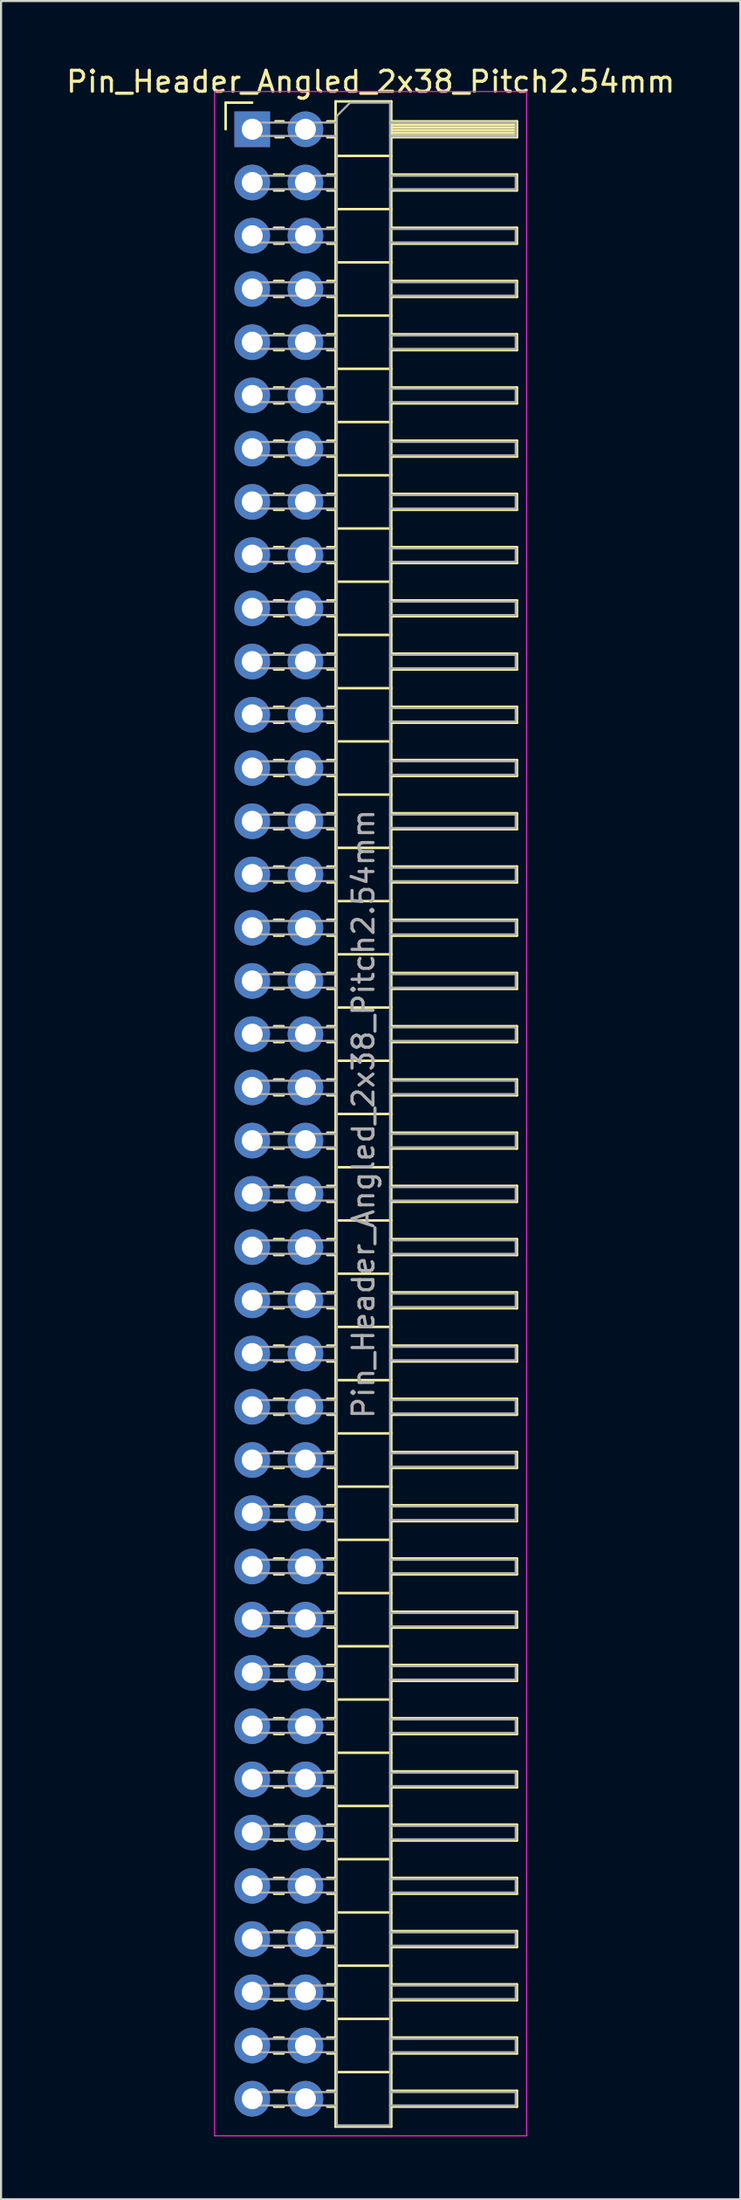
<source format=kicad_pcb>
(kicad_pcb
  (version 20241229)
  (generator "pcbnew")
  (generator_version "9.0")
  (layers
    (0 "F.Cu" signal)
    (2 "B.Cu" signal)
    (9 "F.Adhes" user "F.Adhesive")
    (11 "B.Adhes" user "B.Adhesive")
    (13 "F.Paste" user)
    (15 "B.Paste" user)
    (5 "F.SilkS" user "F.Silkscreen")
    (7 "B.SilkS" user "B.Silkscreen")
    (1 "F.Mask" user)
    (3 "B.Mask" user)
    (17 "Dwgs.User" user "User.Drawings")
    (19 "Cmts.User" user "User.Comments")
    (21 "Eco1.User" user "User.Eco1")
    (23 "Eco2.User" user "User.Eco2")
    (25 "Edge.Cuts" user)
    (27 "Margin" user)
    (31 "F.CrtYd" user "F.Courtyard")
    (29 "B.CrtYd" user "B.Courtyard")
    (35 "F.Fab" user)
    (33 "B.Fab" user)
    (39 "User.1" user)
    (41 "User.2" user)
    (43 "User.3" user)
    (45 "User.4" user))
  (footprint "Pin_Header_Angled_2x38_Pitch2.54mm"
    (layer "F.Cu")
    (at 8.994 3.118)
    (property "Reference" "Pin_Header_Angled_2x38_Pitch2.54mm" (at 5.655 -2.27 0) (layer "F.SilkS") (effects (font (size 1 1) (thickness 0.15))))
    (attr through_hole)
    (fp_line (start -1.27 -1.27) (end 0 -1.27) (stroke (width 0.12) (type solid)) (layer "F.SilkS"))
    (fp_line (start -1.27 0) (end -1.27 -1.27) (stroke (width 0.12) (type solid)) (layer "F.SilkS"))
    (fp_line (start 1.043 2.16) (end 1.497 2.16) (stroke (width 0.12) (type solid)) (layer "F.SilkS"))
    (fp_line (start 1.043 2.92) (end 1.497 2.92) (stroke (width 0.12) (type solid)) (layer "F.SilkS"))
    (fp_line (start 1.043 4.7) (end 1.497 4.7) (stroke (width 0.12) (type solid)) (layer "F.SilkS"))
    (fp_line (start 1.043 5.46) (end 1.497 5.46) (stroke (width 0.12) (type solid)) (layer "F.SilkS"))
    (fp_line (start 1.043 7.24) (end 1.497 7.24) (stroke (width 0.12) (type solid)) (layer "F.SilkS"))
    (fp_line (start 1.043 8) (end 1.497 8) (stroke (width 0.12) (type solid)) (layer "F.SilkS"))
    (fp_line (start 1.043 9.78) (end 1.497 9.78) (stroke (width 0.12) (type solid)) (layer "F.SilkS"))
    (fp_line (start 1.043 10.54) (end 1.497 10.54) (stroke (width 0.12) (type solid)) (layer "F.SilkS"))
    (fp_line (start 1.043 12.32) (end 1.497 12.32) (stroke (width 0.12) (type solid)) (layer "F.SilkS"))
    (fp_line (start 1.043 13.08) (end 1.497 13.08) (stroke (width 0.12) (type solid)) (layer "F.SilkS"))
    (fp_line (start 1.043 14.86) (end 1.497 14.86) (stroke (width 0.12) (type solid)) (layer "F.SilkS"))
    (fp_line (start 1.043 15.62) (end 1.497 15.62) (stroke (width 0.12) (type solid)) (layer "F.SilkS"))
    (fp_line (start 1.043 17.4) (end 1.497 17.4) (stroke (width 0.12) (type solid)) (layer "F.SilkS"))
    (fp_line (start 1.043 18.16) (end 1.497 18.16) (stroke (width 0.12) (type solid)) (layer "F.SilkS"))
    (fp_line (start 1.043 19.94) (end 1.497 19.94) (stroke (width 0.12) (type solid)) (layer "F.SilkS"))
    (fp_line (start 1.043 20.7) (end 1.497 20.7) (stroke (width 0.12) (type solid)) (layer "F.SilkS"))
    (fp_line (start 1.043 22.48) (end 1.497 22.48) (stroke (width 0.12) (type solid)) (layer "F.SilkS"))
    (fp_line (start 1.043 23.24) (end 1.497 23.24) (stroke (width 0.12) (type solid)) (layer "F.SilkS"))
    (fp_line (start 1.043 25.02) (end 1.497 25.02) (stroke (width 0.12) (type solid)) (layer "F.SilkS"))
    (fp_line (start 1.043 25.78) (end 1.497 25.78) (stroke (width 0.12) (type solid)) (layer "F.SilkS"))
    (fp_line (start 1.043 27.56) (end 1.497 27.56) (stroke (width 0.12) (type solid)) (layer "F.SilkS"))
    (fp_line (start 1.043 28.32) (end 1.497 28.32) (stroke (width 0.12) (type solid)) (layer "F.SilkS"))
    (fp_line (start 1.043 30.1) (end 1.497 30.1) (stroke (width 0.12) (type solid)) (layer "F.SilkS"))
    (fp_line (start 1.043 30.86) (end 1.497 30.86) (stroke (width 0.12) (type solid)) (layer "F.SilkS"))
    (fp_line (start 1.043 32.64) (end 1.497 32.64) (stroke (width 0.12) (type solid)) (layer "F.SilkS"))
    (fp_line (start 1.043 33.4) (end 1.497 33.4) (stroke (width 0.12) (type solid)) (layer "F.SilkS"))
    (fp_line (start 1.043 35.18) (end 1.497 35.18) (stroke (width 0.12) (type solid)) (layer "F.SilkS"))
    (fp_line (start 1.043 35.94) (end 1.497 35.94) (stroke (width 0.12) (type solid)) (layer "F.SilkS"))
    (fp_line (start 1.043 37.72) (end 1.497 37.72) (stroke (width 0.12) (type solid)) (layer "F.SilkS"))
    (fp_line (start 1.043 38.48) (end 1.497 38.48) (stroke (width 0.12) (type solid)) (layer "F.SilkS"))
    (fp_line (start 1.043 40.26) (end 1.497 40.26) (stroke (width 0.12) (type solid)) (layer "F.SilkS"))
    (fp_line (start 1.043 41.02) (end 1.497 41.02) (stroke (width 0.12) (type solid)) (layer "F.SilkS"))
    (fp_line (start 1.043 42.8) (end 1.497 42.8) (stroke (width 0.12) (type solid)) (layer "F.SilkS"))
    (fp_line (start 1.043 43.56) (end 1.497 43.56) (stroke (width 0.12) (type solid)) (layer "F.SilkS"))
    (fp_line (start 1.043 45.34) (end 1.497 45.34) (stroke (width 0.12) (type solid)) (layer "F.SilkS"))
    (fp_line (start 1.043 46.1) (end 1.497 46.1) (stroke (width 0.12) (type solid)) (layer "F.SilkS"))
    (fp_line (start 1.043 47.88) (end 1.497 47.88) (stroke (width 0.12) (type solid)) (layer "F.SilkS"))
    (fp_line (start 1.043 48.64) (end 1.497 48.64) (stroke (width 0.12) (type solid)) (layer "F.SilkS"))
    (fp_line (start 1.043 50.42) (end 1.497 50.42) (stroke (width 0.12) (type solid)) (layer "F.SilkS"))
    (fp_line (start 1.043 51.18) (end 1.497 51.18) (stroke (width 0.12) (type solid)) (layer "F.SilkS"))
    (fp_line (start 1.043 52.96) (end 1.497 52.96) (stroke (width 0.12) (type solid)) (layer "F.SilkS"))
    (fp_line (start 1.043 53.72) (end 1.497 53.72) (stroke (width 0.12) (type solid)) (layer "F.SilkS"))
    (fp_line (start 1.043 55.5) (end 1.497 55.5) (stroke (width 0.12) (type solid)) (layer "F.SilkS"))
    (fp_line (start 1.043 56.26) (end 1.497 56.26) (stroke (width 0.12) (type solid)) (layer "F.SilkS"))
    (fp_line (start 1.043 58.04) (end 1.497 58.04) (stroke (width 0.12) (type solid)) (layer "F.SilkS"))
    (fp_line (start 1.043 58.8) (end 1.497 58.8) (stroke (width 0.12) (type solid)) (layer "F.SilkS"))
    (fp_line (start 1.043 60.58) (end 1.497 60.58) (stroke (width 0.12) (type solid)) (layer "F.SilkS"))
    (fp_line (start 1.043 61.34) (end 1.497 61.34) (stroke (width 0.12) (type solid)) (layer "F.SilkS"))
    (fp_line (start 1.043 63.12) (end 1.497 63.12) (stroke (width 0.12) (type solid)) (layer "F.SilkS"))
    (fp_line (start 1.043 63.88) (end 1.497 63.88) (stroke (width 0.12) (type solid)) (layer "F.SilkS"))
    (fp_line (start 1.043 65.66) (end 1.497 65.66) (stroke (width 0.12) (type solid)) (layer "F.SilkS"))
    (fp_line (start 1.043 66.42) (end 1.497 66.42) (stroke (width 0.12) (type solid)) (layer "F.SilkS"))
    (fp_line (start 1.043 68.2) (end 1.497 68.2) (stroke (width 0.12) (type solid)) (layer "F.SilkS"))
    (fp_line (start 1.043 68.96) (end 1.497 68.96) (stroke (width 0.12) (type solid)) (layer "F.SilkS"))
    (fp_line (start 1.043 70.74) (end 1.497 70.74) (stroke (width 0.12) (type solid)) (layer "F.SilkS"))
    (fp_line (start 1.043 71.5) (end 1.497 71.5) (stroke (width 0.12) (type solid)) (layer "F.SilkS"))
    (fp_line (start 1.043 73.28) (end 1.497 73.28) (stroke (width 0.12) (type solid)) (layer "F.SilkS"))
    (fp_line (start 1.043 74.04) (end 1.497 74.04) (stroke (width 0.12) (type solid)) (layer "F.SilkS"))
    (fp_line (start 1.043 75.82) (end 1.497 75.82) (stroke (width 0.12) (type solid)) (layer "F.SilkS"))
    (fp_line (start 1.043 76.58) (end 1.497 76.58) (stroke (width 0.12) (type solid)) (layer "F.SilkS"))
    (fp_line (start 1.043 78.36) (end 1.497 78.36) (stroke (width 0.12) (type solid)) (layer "F.SilkS"))
    (fp_line (start 1.043 79.12) (end 1.497 79.12) (stroke (width 0.12) (type solid)) (layer "F.SilkS"))
    (fp_line (start 1.043 80.9) (end 1.497 80.9) (stroke (width 0.12) (type solid)) (layer "F.SilkS"))
    (fp_line (start 1.043 81.66) (end 1.497 81.66) (stroke (width 0.12) (type solid)) (layer "F.SilkS"))
    (fp_line (start 1.043 83.44) (end 1.497 83.44) (stroke (width 0.12) (type solid)) (layer "F.SilkS"))
    (fp_line (start 1.043 84.2) (end 1.497 84.2) (stroke (width 0.12) (type solid)) (layer "F.SilkS"))
    (fp_line (start 1.043 85.98) (end 1.497 85.98) (stroke (width 0.12) (type solid)) (layer "F.SilkS"))
    (fp_line (start 1.043 86.74) (end 1.497 86.74) (stroke (width 0.12) (type solid)) (layer "F.SilkS"))
    (fp_line (start 1.043 88.52) (end 1.497 88.52) (stroke (width 0.12) (type solid)) (layer "F.SilkS"))
    (fp_line (start 1.043 89.28) (end 1.497 89.28) (stroke (width 0.12) (type solid)) (layer "F.SilkS"))
    (fp_line (start 1.043 91.06) (end 1.497 91.06) (stroke (width 0.12) (type solid)) (layer "F.SilkS"))
    (fp_line (start 1.043 91.82) (end 1.497 91.82) (stroke (width 0.12) (type solid)) (layer "F.SilkS"))
    (fp_line (start 1.043 93.6) (end 1.497 93.6) (stroke (width 0.12) (type solid)) (layer "F.SilkS"))
    (fp_line (start 1.043 94.36) (end 1.497 94.36) (stroke (width 0.12) (type solid)) (layer "F.SilkS"))
    (fp_line (start 1.11 -0.38) (end 1.497 -0.38) (stroke (width 0.12) (type solid)) (layer "F.SilkS"))
    (fp_line (start 1.11 0.38) (end 1.497 0.38) (stroke (width 0.12) (type solid)) (layer "F.SilkS"))
    (fp_line (start 3.583 -0.38) (end 3.98 -0.38) (stroke (width 0.12) (type solid)) (layer "F.SilkS"))
    (fp_line (start 3.583 0.38) (end 3.98 0.38) (stroke (width 0.12) (type solid)) (layer "F.SilkS"))
    (fp_line (start 3.583 2.16) (end 3.98 2.16) (stroke (width 0.12) (type solid)) (layer "F.SilkS"))
    (fp_line (start 3.583 2.92) (end 3.98 2.92) (stroke (width 0.12) (type solid)) (layer "F.SilkS"))
    (fp_line (start 3.583 4.7) (end 3.98 4.7) (stroke (width 0.12) (type solid)) (layer "F.SilkS"))
    (fp_line (start 3.583 5.46) (end 3.98 5.46) (stroke (width 0.12) (type solid)) (layer "F.SilkS"))
    (fp_line (start 3.583 7.24) (end 3.98 7.24) (stroke (width 0.12) (type solid)) (layer "F.SilkS"))
    (fp_line (start 3.583 8) (end 3.98 8) (stroke (width 0.12) (type solid)) (layer "F.SilkS"))
    (fp_line (start 3.583 9.78) (end 3.98 9.78) (stroke (width 0.12) (type solid)) (layer "F.SilkS"))
    (fp_line (start 3.583 10.54) (end 3.98 10.54) (stroke (width 0.12) (type solid)) (layer "F.SilkS"))
    (fp_line (start 3.583 12.32) (end 3.98 12.32) (stroke (width 0.12) (type solid)) (layer "F.SilkS"))
    (fp_line (start 3.583 13.08) (end 3.98 13.08) (stroke (width 0.12) (type solid)) (layer "F.SilkS"))
    (fp_line (start 3.583 14.86) (end 3.98 14.86) (stroke (width 0.12) (type solid)) (layer "F.SilkS"))
    (fp_line (start 3.583 15.62) (end 3.98 15.62) (stroke (width 0.12) (type solid)) (layer "F.SilkS"))
    (fp_line (start 3.583 17.4) (end 3.98 17.4) (stroke (width 0.12) (type solid)) (layer "F.SilkS"))
    (fp_line (start 3.583 18.16) (end 3.98 18.16) (stroke (width 0.12) (type solid)) (layer "F.SilkS"))
    (fp_line (start 3.583 19.94) (end 3.98 19.94) (stroke (width 0.12) (type solid)) (layer "F.SilkS"))
    (fp_line (start 3.583 20.7) (end 3.98 20.7) (stroke (width 0.12) (type solid)) (layer "F.SilkS"))
    (fp_line (start 3.583 22.48) (end 3.98 22.48) (stroke (width 0.12) (type solid)) (layer "F.SilkS"))
    (fp_line (start 3.583 23.24) (end 3.98 23.24) (stroke (width 0.12) (type solid)) (layer "F.SilkS"))
    (fp_line (start 3.583 25.02) (end 3.98 25.02) (stroke (width 0.12) (type solid)) (layer "F.SilkS"))
    (fp_line (start 3.583 25.78) (end 3.98 25.78) (stroke (width 0.12) (type solid)) (layer "F.SilkS"))
    (fp_line (start 3.583 27.56) (end 3.98 27.56) (stroke (width 0.12) (type solid)) (layer "F.SilkS"))
    (fp_line (start 3.583 28.32) (end 3.98 28.32) (stroke (width 0.12) (type solid)) (layer "F.SilkS"))
    (fp_line (start 3.583 30.1) (end 3.98 30.1) (stroke (width 0.12) (type solid)) (layer "F.SilkS"))
    (fp_line (start 3.583 30.86) (end 3.98 30.86) (stroke (width 0.12) (type solid)) (layer "F.SilkS"))
    (fp_line (start 3.583 32.64) (end 3.98 32.64) (stroke (width 0.12) (type solid)) (layer "F.SilkS"))
    (fp_line (start 3.583 33.4) (end 3.98 33.4) (stroke (width 0.12) (type solid)) (layer "F.SilkS"))
    (fp_line (start 3.583 35.18) (end 3.98 35.18) (stroke (width 0.12) (type solid)) (layer "F.SilkS"))
    (fp_line (start 3.583 35.94) (end 3.98 35.94) (stroke (width 0.12) (type solid)) (layer "F.SilkS"))
    (fp_line (start 3.583 37.72) (end 3.98 37.72) (stroke (width 0.12) (type solid)) (layer "F.SilkS"))
    (fp_line (start 3.583 38.48) (end 3.98 38.48) (stroke (width 0.12) (type solid)) (layer "F.SilkS"))
    (fp_line (start 3.583 40.26) (end 3.98 40.26) (stroke (width 0.12) (type solid)) (layer "F.SilkS"))
    (fp_line (start 3.583 41.02) (end 3.98 41.02) (stroke (width 0.12) (type solid)) (layer "F.SilkS"))
    (fp_line (start 3.583 42.8) (end 3.98 42.8) (stroke (width 0.12) (type solid)) (layer "F.SilkS"))
    (fp_line (start 3.583 43.56) (end 3.98 43.56) (stroke (width 0.12) (type solid)) (layer "F.SilkS"))
    (fp_line (start 3.583 45.34) (end 3.98 45.34) (stroke (width 0.12) (type solid)) (layer "F.SilkS"))
    (fp_line (start 3.583 46.1) (end 3.98 46.1) (stroke (width 0.12) (type solid)) (layer "F.SilkS"))
    (fp_line (start 3.583 47.88) (end 3.98 47.88) (stroke (width 0.12) (type solid)) (layer "F.SilkS"))
    (fp_line (start 3.583 48.64) (end 3.98 48.64) (stroke (width 0.12) (type solid)) (layer "F.SilkS"))
    (fp_line (start 3.583 50.42) (end 3.98 50.42) (stroke (width 0.12) (type solid)) (layer "F.SilkS"))
    (fp_line (start 3.583 51.18) (end 3.98 51.18) (stroke (width 0.12) (type solid)) (layer "F.SilkS"))
    (fp_line (start 3.583 52.96) (end 3.98 52.96) (stroke (width 0.12) (type solid)) (layer "F.SilkS"))
    (fp_line (start 3.583 53.72) (end 3.98 53.72) (stroke (width 0.12) (type solid)) (layer "F.SilkS"))
    (fp_line (start 3.583 55.5) (end 3.98 55.5) (stroke (width 0.12) (type solid)) (layer "F.SilkS"))
    (fp_line (start 3.583 56.26) (end 3.98 56.26) (stroke (width 0.12) (type solid)) (layer "F.SilkS"))
    (fp_line (start 3.583 58.04) (end 3.98 58.04) (stroke (width 0.12) (type solid)) (layer "F.SilkS"))
    (fp_line (start 3.583 58.8) (end 3.98 58.8) (stroke (width 0.12) (type solid)) (layer "F.SilkS"))
    (fp_line (start 3.583 60.58) (end 3.98 60.58) (stroke (width 0.12) (type solid)) (layer "F.SilkS"))
    (fp_line (start 3.583 61.34) (end 3.98 61.34) (stroke (width 0.12) (type solid)) (layer "F.SilkS"))
    (fp_line (start 3.583 63.12) (end 3.98 63.12) (stroke (width 0.12) (type solid)) (layer "F.SilkS"))
    (fp_line (start 3.583 63.88) (end 3.98 63.88) (stroke (width 0.12) (type solid)) (layer "F.SilkS"))
    (fp_line (start 3.583 65.66) (end 3.98 65.66) (stroke (width 0.12) (type solid)) (layer "F.SilkS"))
    (fp_line (start 3.583 66.42) (end 3.98 66.42) (stroke (width 0.12) (type solid)) (layer "F.SilkS"))
    (fp_line (start 3.583 68.2) (end 3.98 68.2) (stroke (width 0.12) (type solid)) (layer "F.SilkS"))
    (fp_line (start 3.583 68.96) (end 3.98 68.96) (stroke (width 0.12) (type solid)) (layer "F.SilkS"))
    (fp_line (start 3.583 70.74) (end 3.98 70.74) (stroke (width 0.12) (type solid)) (layer "F.SilkS"))
    (fp_line (start 3.583 71.5) (end 3.98 71.5) (stroke (width 0.12) (type solid)) (layer "F.SilkS"))
    (fp_line (start 3.583 73.28) (end 3.98 73.28) (stroke (width 0.12) (type solid)) (layer "F.SilkS"))
    (fp_line (start 3.583 74.04) (end 3.98 74.04) (stroke (width 0.12) (type solid)) (layer "F.SilkS"))
    (fp_line (start 3.583 75.82) (end 3.98 75.82) (stroke (width 0.12) (type solid)) (layer "F.SilkS"))
    (fp_line (start 3.583 76.58) (end 3.98 76.58) (stroke (width 0.12) (type solid)) (layer "F.SilkS"))
    (fp_line (start 3.583 78.36) (end 3.98 78.36) (stroke (width 0.12) (type solid)) (layer "F.SilkS"))
    (fp_line (start 3.583 79.12) (end 3.98 79.12) (stroke (width 0.12) (type solid)) (layer "F.SilkS"))
    (fp_line (start 3.583 80.9) (end 3.98 80.9) (stroke (width 0.12) (type solid)) (layer "F.SilkS"))
    (fp_line (start 3.583 81.66) (end 3.98 81.66) (stroke (width 0.12) (type solid)) (layer "F.SilkS"))
    (fp_line (start 3.583 83.44) (end 3.98 83.44) (stroke (width 0.12) (type solid)) (layer "F.SilkS"))
    (fp_line (start 3.583 84.2) (end 3.98 84.2) (stroke (width 0.12) (type solid)) (layer "F.SilkS"))
    (fp_line (start 3.583 85.98) (end 3.98 85.98) (stroke (width 0.12) (type solid)) (layer "F.SilkS"))
    (fp_line (start 3.583 86.74) (end 3.98 86.74) (stroke (width 0.12) (type solid)) (layer "F.SilkS"))
    (fp_line (start 3.583 88.52) (end 3.98 88.52) (stroke (width 0.12) (type solid)) (layer "F.SilkS"))
    (fp_line (start 3.583 89.28) (end 3.98 89.28) (stroke (width 0.12) (type solid)) (layer "F.SilkS"))
    (fp_line (start 3.583 91.06) (end 3.98 91.06) (stroke (width 0.12) (type solid)) (layer "F.SilkS"))
    (fp_line (start 3.583 91.82) (end 3.98 91.82) (stroke (width 0.12) (type solid)) (layer "F.SilkS"))
    (fp_line (start 3.583 93.6) (end 3.98 93.6) (stroke (width 0.12) (type solid)) (layer "F.SilkS"))
    (fp_line (start 3.583 94.36) (end 3.98 94.36) (stroke (width 0.12) (type solid)) (layer "F.SilkS"))
    (fp_line (start 3.98 -1.33) (end 3.98 95.31) (stroke (width 0.12) (type solid)) (layer "F.SilkS"))
    (fp_line (start 3.98 1.27) (end 6.64 1.27) (stroke (width 0.12) (type solid)) (layer "F.SilkS"))
    (fp_line (start 3.98 3.81) (end 6.64 3.81) (stroke (width 0.12) (type solid)) (layer "F.SilkS"))
    (fp_line (start 3.98 6.35) (end 6.64 6.35) (stroke (width 0.12) (type solid)) (layer "F.SilkS"))
    (fp_line (start 3.98 8.89) (end 6.64 8.89) (stroke (width 0.12) (type solid)) (layer "F.SilkS"))
    (fp_line (start 3.98 11.43) (end 6.64 11.43) (stroke (width 0.12) (type solid)) (layer "F.SilkS"))
    (fp_line (start 3.98 13.97) (end 6.64 13.97) (stroke (width 0.12) (type solid)) (layer "F.SilkS"))
    (fp_line (start 3.98 16.51) (end 6.64 16.51) (stroke (width 0.12) (type solid)) (layer "F.SilkS"))
    (fp_line (start 3.98 19.05) (end 6.64 19.05) (stroke (width 0.12) (type solid)) (layer "F.SilkS"))
    (fp_line (start 3.98 21.59) (end 6.64 21.59) (stroke (width 0.12) (type solid)) (layer "F.SilkS"))
    (fp_line (start 3.98 24.13) (end 6.64 24.13) (stroke (width 0.12) (type solid)) (layer "F.SilkS"))
    (fp_line (start 3.98 26.67) (end 6.64 26.67) (stroke (width 0.12) (type solid)) (layer "F.SilkS"))
    (fp_line (start 3.98 29.21) (end 6.64 29.21) (stroke (width 0.12) (type solid)) (layer "F.SilkS"))
    (fp_line (start 3.98 31.75) (end 6.64 31.75) (stroke (width 0.12) (type solid)) (layer "F.SilkS"))
    (fp_line (start 3.98 34.29) (end 6.64 34.29) (stroke (width 0.12) (type solid)) (layer "F.SilkS"))
    (fp_line (start 3.98 36.83) (end 6.64 36.83) (stroke (width 0.12) (type solid)) (layer "F.SilkS"))
    (fp_line (start 3.98 39.37) (end 6.64 39.37) (stroke (width 0.12) (type solid)) (layer "F.SilkS"))
    (fp_line (start 3.98 41.91) (end 6.64 41.91) (stroke (width 0.12) (type solid)) (layer "F.SilkS"))
    (fp_line (start 3.98 44.45) (end 6.64 44.45) (stroke (width 0.12) (type solid)) (layer "F.SilkS"))
    (fp_line (start 3.98 46.99) (end 6.64 46.99) (stroke (width 0.12) (type solid)) (layer "F.SilkS"))
    (fp_line (start 3.98 49.53) (end 6.64 49.53) (stroke (width 0.12) (type solid)) (layer "F.SilkS"))
    (fp_line (start 3.98 52.07) (end 6.64 52.07) (stroke (width 0.12) (type solid)) (layer "F.SilkS"))
    (fp_line (start 3.98 54.61) (end 6.64 54.61) (stroke (width 0.12) (type solid)) (layer "F.SilkS"))
    (fp_line (start 3.98 57.15) (end 6.64 57.15) (stroke (width 0.12) (type solid)) (layer "F.SilkS"))
    (fp_line (start 3.98 59.69) (end 6.64 59.69) (stroke (width 0.12) (type solid)) (layer "F.SilkS"))
    (fp_line (start 3.98 62.23) (end 6.64 62.23) (stroke (width 0.12) (type solid)) (layer "F.SilkS"))
    (fp_line (start 3.98 64.77) (end 6.64 64.77) (stroke (width 0.12) (type solid)) (layer "F.SilkS"))
    (fp_line (start 3.98 67.31) (end 6.64 67.31) (stroke (width 0.12) (type solid)) (layer "F.SilkS"))
    (fp_line (start 3.98 69.85) (end 6.64 69.85) (stroke (width 0.12) (type solid)) (layer "F.SilkS"))
    (fp_line (start 3.98 72.39) (end 6.64 72.39) (stroke (width 0.12) (type solid)) (layer "F.SilkS"))
    (fp_line (start 3.98 74.93) (end 6.64 74.93) (stroke (width 0.12) (type solid)) (layer "F.SilkS"))
    (fp_line (start 3.98 77.47) (end 6.64 77.47) (stroke (width 0.12) (type solid)) (layer "F.SilkS"))
    (fp_line (start 3.98 80.01) (end 6.64 80.01) (stroke (width 0.12) (type solid)) (layer "F.SilkS"))
    (fp_line (start 3.98 82.55) (end 6.64 82.55) (stroke (width 0.12) (type solid)) (layer "F.SilkS"))
    (fp_line (start 3.98 85.09) (end 6.64 85.09) (stroke (width 0.12) (type solid)) (layer "F.SilkS"))
    (fp_line (start 3.98 87.63) (end 6.64 87.63) (stroke (width 0.12) (type solid)) (layer "F.SilkS"))
    (fp_line (start 3.98 90.17) (end 6.64 90.17) (stroke (width 0.12) (type solid)) (layer "F.SilkS"))
    (fp_line (start 3.98 92.71) (end 6.64 92.71) (stroke (width 0.12) (type solid)) (layer "F.SilkS"))
    (fp_line (start 3.98 95.31) (end 6.64 95.31) (stroke (width 0.12) (type solid)) (layer "F.SilkS"))
    (fp_line (start 6.64 -1.33) (end 3.98 -1.33) (stroke (width 0.12) (type solid)) (layer "F.SilkS"))
    (fp_line (start 6.64 -0.38) (end 12.64 -0.38) (stroke (width 0.12) (type solid)) (layer "F.SilkS"))
    (fp_line (start 6.64 -0.32) (end 12.64 -0.32) (stroke (width 0.12) (type solid)) (layer "F.SilkS"))
    (fp_line (start 6.64 -0.2) (end 12.64 -0.2) (stroke (width 0.12) (type solid)) (layer "F.SilkS"))
    (fp_line (start 6.64 -0.08) (end 12.64 -0.08) (stroke (width 0.12) (type solid)) (layer "F.SilkS"))
    (fp_line (start 6.64 0.04) (end 12.64 0.04) (stroke (width 0.12) (type solid)) (layer "F.SilkS"))
    (fp_line (start 6.64 0.16) (end 12.64 0.16) (stroke (width 0.12) (type solid)) (layer "F.SilkS"))
    (fp_line (start 6.64 0.28) (end 12.64 0.28) (stroke (width 0.12) (type solid)) (layer "F.SilkS"))
    (fp_line (start 6.64 2.16) (end 12.64 2.16) (stroke (width 0.12) (type solid)) (layer "F.SilkS"))
    (fp_line (start 6.64 4.7) (end 12.64 4.7) (stroke (width 0.12) (type solid)) (layer "F.SilkS"))
    (fp_line (start 6.64 7.24) (end 12.64 7.24) (stroke (width 0.12) (type solid)) (layer "F.SilkS"))
    (fp_line (start 6.64 9.78) (end 12.64 9.78) (stroke (width 0.12) (type solid)) (layer "F.SilkS"))
    (fp_line (start 6.64 12.32) (end 12.64 12.32) (stroke (width 0.12) (type solid)) (layer "F.SilkS"))
    (fp_line (start 6.64 14.86) (end 12.64 14.86) (stroke (width 0.12) (type solid)) (layer "F.SilkS"))
    (fp_line (start 6.64 17.4) (end 12.64 17.4) (stroke (width 0.12) (type solid)) (layer "F.SilkS"))
    (fp_line (start 6.64 19.94) (end 12.64 19.94) (stroke (width 0.12) (type solid)) (layer "F.SilkS"))
    (fp_line (start 6.64 22.48) (end 12.64 22.48) (stroke (width 0.12) (type solid)) (layer "F.SilkS"))
    (fp_line (start 6.64 25.02) (end 12.64 25.02) (stroke (width 0.12) (type solid)) (layer "F.SilkS"))
    (fp_line (start 6.64 27.56) (end 12.64 27.56) (stroke (width 0.12) (type solid)) (layer "F.SilkS"))
    (fp_line (start 6.64 30.1) (end 12.64 30.1) (stroke (width 0.12) (type solid)) (layer "F.SilkS"))
    (fp_line (start 6.64 32.64) (end 12.64 32.64) (stroke (width 0.12) (type solid)) (layer "F.SilkS"))
    (fp_line (start 6.64 35.18) (end 12.64 35.18) (stroke (width 0.12) (type solid)) (layer "F.SilkS"))
    (fp_line (start 6.64 37.72) (end 12.64 37.72) (stroke (width 0.12) (type solid)) (layer "F.SilkS"))
    (fp_line (start 6.64 40.26) (end 12.64 40.26) (stroke (width 0.12) (type solid)) (layer "F.SilkS"))
    (fp_line (start 6.64 42.8) (end 12.64 42.8) (stroke (width 0.12) (type solid)) (layer "F.SilkS"))
    (fp_line (start 6.64 45.34) (end 12.64 45.34) (stroke (width 0.12) (type solid)) (layer "F.SilkS"))
    (fp_line (start 6.64 47.88) (end 12.64 47.88) (stroke (width 0.12) (type solid)) (layer "F.SilkS"))
    (fp_line (start 6.64 50.42) (end 12.64 50.42) (stroke (width 0.12) (type solid)) (layer "F.SilkS"))
    (fp_line (start 6.64 52.96) (end 12.64 52.96) (stroke (width 0.12) (type solid)) (layer "F.SilkS"))
    (fp_line (start 6.64 55.5) (end 12.64 55.5) (stroke (width 0.12) (type solid)) (layer "F.SilkS"))
    (fp_line (start 6.64 58.04) (end 12.64 58.04) (stroke (width 0.12) (type solid)) (layer "F.SilkS"))
    (fp_line (start 6.64 60.58) (end 12.64 60.58) (stroke (width 0.12) (type solid)) (layer "F.SilkS"))
    (fp_line (start 6.64 63.12) (end 12.64 63.12) (stroke (width 0.12) (type solid)) (layer "F.SilkS"))
    (fp_line (start 6.64 65.66) (end 12.64 65.66) (stroke (width 0.12) (type solid)) (layer "F.SilkS"))
    (fp_line (start 6.64 68.2) (end 12.64 68.2) (stroke (width 0.12) (type solid)) (layer "F.SilkS"))
    (fp_line (start 6.64 70.74) (end 12.64 70.74) (stroke (width 0.12) (type solid)) (layer "F.SilkS"))
    (fp_line (start 6.64 73.28) (end 12.64 73.28) (stroke (width 0.12) (type solid)) (layer "F.SilkS"))
    (fp_line (start 6.64 75.82) (end 12.64 75.82) (stroke (width 0.12) (type solid)) (layer "F.SilkS"))
    (fp_line (start 6.64 78.36) (end 12.64 78.36) (stroke (width 0.12) (type solid)) (layer "F.SilkS"))
    (fp_line (start 6.64 80.9) (end 12.64 80.9) (stroke (width 0.12) (type solid)) (layer "F.SilkS"))
    (fp_line (start 6.64 83.44) (end 12.64 83.44) (stroke (width 0.12) (type solid)) (layer "F.SilkS"))
    (fp_line (start 6.64 85.98) (end 12.64 85.98) (stroke (width 0.12) (type solid)) (layer "F.SilkS"))
    (fp_line (start 6.64 88.52) (end 12.64 88.52) (stroke (width 0.12) (type solid)) (layer "F.SilkS"))
    (fp_line (start 6.64 91.06) (end 12.64 91.06) (stroke (width 0.12) (type solid)) (layer "F.SilkS"))
    (fp_line (start 6.64 93.6) (end 12.64 93.6) (stroke (width 0.12) (type solid)) (layer "F.SilkS"))
    (fp_line (start 6.64 95.31) (end 6.64 -1.33) (stroke (width 0.12) (type solid)) (layer "F.SilkS"))
    (fp_line (start 12.64 -0.38) (end 12.64 0.38) (stroke (width 0.12) (type solid)) (layer "F.SilkS"))
    (fp_line (start 12.64 0.38) (end 6.64 0.38) (stroke (width 0.12) (type solid)) (layer "F.SilkS"))
    (fp_line (start 12.64 2.16) (end 12.64 2.92) (stroke (width 0.12) (type solid)) (layer "F.SilkS"))
    (fp_line (start 12.64 2.92) (end 6.64 2.92) (stroke (width 0.12) (type solid)) (layer "F.SilkS"))
    (fp_line (start 12.64 4.7) (end 12.64 5.46) (stroke (width 0.12) (type solid)) (layer "F.SilkS"))
    (fp_line (start 12.64 5.46) (end 6.64 5.46) (stroke (width 0.12) (type solid)) (layer "F.SilkS"))
    (fp_line (start 12.64 7.24) (end 12.64 8) (stroke (width 0.12) (type solid)) (layer "F.SilkS"))
    (fp_line (start 12.64 8) (end 6.64 8) (stroke (width 0.12) (type solid)) (layer "F.SilkS"))
    (fp_line (start 12.64 9.78) (end 12.64 10.54) (stroke (width 0.12) (type solid)) (layer "F.SilkS"))
    (fp_line (start 12.64 10.54) (end 6.64 10.54) (stroke (width 0.12) (type solid)) (layer "F.SilkS"))
    (fp_line (start 12.64 12.32) (end 12.64 13.08) (stroke (width 0.12) (type solid)) (layer "F.SilkS"))
    (fp_line (start 12.64 13.08) (end 6.64 13.08) (stroke (width 0.12) (type solid)) (layer "F.SilkS"))
    (fp_line (start 12.64 14.86) (end 12.64 15.62) (stroke (width 0.12) (type solid)) (layer "F.SilkS"))
    (fp_line (start 12.64 15.62) (end 6.64 15.62) (stroke (width 0.12) (type solid)) (layer "F.SilkS"))
    (fp_line (start 12.64 17.4) (end 12.64 18.16) (stroke (width 0.12) (type solid)) (layer "F.SilkS"))
    (fp_line (start 12.64 18.16) (end 6.64 18.16) (stroke (width 0.12) (type solid)) (layer "F.SilkS"))
    (fp_line (start 12.64 19.94) (end 12.64 20.7) (stroke (width 0.12) (type solid)) (layer "F.SilkS"))
    (fp_line (start 12.64 20.7) (end 6.64 20.7) (stroke (width 0.12) (type solid)) (layer "F.SilkS"))
    (fp_line (start 12.64 22.48) (end 12.64 23.24) (stroke (width 0.12) (type solid)) (layer "F.SilkS"))
    (fp_line (start 12.64 23.24) (end 6.64 23.24) (stroke (width 0.12) (type solid)) (layer "F.SilkS"))
    (fp_line (start 12.64 25.02) (end 12.64 25.78) (stroke (width 0.12) (type solid)) (layer "F.SilkS"))
    (fp_line (start 12.64 25.78) (end 6.64 25.78) (stroke (width 0.12) (type solid)) (layer "F.SilkS"))
    (fp_line (start 12.64 27.56) (end 12.64 28.32) (stroke (width 0.12) (type solid)) (layer "F.SilkS"))
    (fp_line (start 12.64 28.32) (end 6.64 28.32) (stroke (width 0.12) (type solid)) (layer "F.SilkS"))
    (fp_line (start 12.64 30.1) (end 12.64 30.86) (stroke (width 0.12) (type solid)) (layer "F.SilkS"))
    (fp_line (start 12.64 30.86) (end 6.64 30.86) (stroke (width 0.12) (type solid)) (layer "F.SilkS"))
    (fp_line (start 12.64 32.64) (end 12.64 33.4) (stroke (width 0.12) (type solid)) (layer "F.SilkS"))
    (fp_line (start 12.64 33.4) (end 6.64 33.4) (stroke (width 0.12) (type solid)) (layer "F.SilkS"))
    (fp_line (start 12.64 35.18) (end 12.64 35.94) (stroke (width 0.12) (type solid)) (layer "F.SilkS"))
    (fp_line (start 12.64 35.94) (end 6.64 35.94) (stroke (width 0.12) (type solid)) (layer "F.SilkS"))
    (fp_line (start 12.64 37.72) (end 12.64 38.48) (stroke (width 0.12) (type solid)) (layer "F.SilkS"))
    (fp_line (start 12.64 38.48) (end 6.64 38.48) (stroke (width 0.12) (type solid)) (layer "F.SilkS"))
    (fp_line (start 12.64 40.26) (end 12.64 41.02) (stroke (width 0.12) (type solid)) (layer "F.SilkS"))
    (fp_line (start 12.64 41.02) (end 6.64 41.02) (stroke (width 0.12) (type solid)) (layer "F.SilkS"))
    (fp_line (start 12.64 42.8) (end 12.64 43.56) (stroke (width 0.12) (type solid)) (layer "F.SilkS"))
    (fp_line (start 12.64 43.56) (end 6.64 43.56) (stroke (width 0.12) (type solid)) (layer "F.SilkS"))
    (fp_line (start 12.64 45.34) (end 12.64 46.1) (stroke (width 0.12) (type solid)) (layer "F.SilkS"))
    (fp_line (start 12.64 46.1) (end 6.64 46.1) (stroke (width 0.12) (type solid)) (layer "F.SilkS"))
    (fp_line (start 12.64 47.88) (end 12.64 48.64) (stroke (width 0.12) (type solid)) (layer "F.SilkS"))
    (fp_line (start 12.64 48.64) (end 6.64 48.64) (stroke (width 0.12) (type solid)) (layer "F.SilkS"))
    (fp_line (start 12.64 50.42) (end 12.64 51.18) (stroke (width 0.12) (type solid)) (layer "F.SilkS"))
    (fp_line (start 12.64 51.18) (end 6.64 51.18) (stroke (width 0.12) (type solid)) (layer "F.SilkS"))
    (fp_line (start 12.64 52.96) (end 12.64 53.72) (stroke (width 0.12) (type solid)) (layer "F.SilkS"))
    (fp_line (start 12.64 53.72) (end 6.64 53.72) (stroke (width 0.12) (type solid)) (layer "F.SilkS"))
    (fp_line (start 12.64 55.5) (end 12.64 56.26) (stroke (width 0.12) (type solid)) (layer "F.SilkS"))
    (fp_line (start 12.64 56.26) (end 6.64 56.26) (stroke (width 0.12) (type solid)) (layer "F.SilkS"))
    (fp_line (start 12.64 58.04) (end 12.64 58.8) (stroke (width 0.12) (type solid)) (layer "F.SilkS"))
    (fp_line (start 12.64 58.8) (end 6.64 58.8) (stroke (width 0.12) (type solid)) (layer "F.SilkS"))
    (fp_line (start 12.64 60.58) (end 12.64 61.34) (stroke (width 0.12) (type solid)) (layer "F.SilkS"))
    (fp_line (start 12.64 61.34) (end 6.64 61.34) (stroke (width 0.12) (type solid)) (layer "F.SilkS"))
    (fp_line (start 12.64 63.12) (end 12.64 63.88) (stroke (width 0.12) (type solid)) (layer "F.SilkS"))
    (fp_line (start 12.64 63.88) (end 6.64 63.88) (stroke (width 0.12) (type solid)) (layer "F.SilkS"))
    (fp_line (start 12.64 65.66) (end 12.64 66.42) (stroke (width 0.12) (type solid)) (layer "F.SilkS"))
    (fp_line (start 12.64 66.42) (end 6.64 66.42) (stroke (width 0.12) (type solid)) (layer "F.SilkS"))
    (fp_line (start 12.64 68.2) (end 12.64 68.96) (stroke (width 0.12) (type solid)) (layer "F.SilkS"))
    (fp_line (start 12.64 68.96) (end 6.64 68.96) (stroke (width 0.12) (type solid)) (layer "F.SilkS"))
    (fp_line (start 12.64 70.74) (end 12.64 71.5) (stroke (width 0.12) (type solid)) (layer "F.SilkS"))
    (fp_line (start 12.64 71.5) (end 6.64 71.5) (stroke (width 0.12) (type solid)) (layer "F.SilkS"))
    (fp_line (start 12.64 73.28) (end 12.64 74.04) (stroke (width 0.12) (type solid)) (layer "F.SilkS"))
    (fp_line (start 12.64 74.04) (end 6.64 74.04) (stroke (width 0.12) (type solid)) (layer "F.SilkS"))
    (fp_line (start 12.64 75.82) (end 12.64 76.58) (stroke (width 0.12) (type solid)) (layer "F.SilkS"))
    (fp_line (start 12.64 76.58) (end 6.64 76.58) (stroke (width 0.12) (type solid)) (layer "F.SilkS"))
    (fp_line (start 12.64 78.36) (end 12.64 79.12) (stroke (width 0.12) (type solid)) (layer "F.SilkS"))
    (fp_line (start 12.64 79.12) (end 6.64 79.12) (stroke (width 0.12) (type solid)) (layer "F.SilkS"))
    (fp_line (start 12.64 80.9) (end 12.64 81.66) (stroke (width 0.12) (type solid)) (layer "F.SilkS"))
    (fp_line (start 12.64 81.66) (end 6.64 81.66) (stroke (width 0.12) (type solid)) (layer "F.SilkS"))
    (fp_line (start 12.64 83.44) (end 12.64 84.2) (stroke (width 0.12) (type solid)) (layer "F.SilkS"))
    (fp_line (start 12.64 84.2) (end 6.64 84.2) (stroke (width 0.12) (type solid)) (layer "F.SilkS"))
    (fp_line (start 12.64 85.98) (end 12.64 86.74) (stroke (width 0.12) (type solid)) (layer "F.SilkS"))
    (fp_line (start 12.64 86.74) (end 6.64 86.74) (stroke (width 0.12) (type solid)) (layer "F.SilkS"))
    (fp_line (start 12.64 88.52) (end 12.64 89.28) (stroke (width 0.12) (type solid)) (layer "F.SilkS"))
    (fp_line (start 12.64 89.28) (end 6.64 89.28) (stroke (width 0.12) (type solid)) (layer "F.SilkS"))
    (fp_line (start 12.64 91.06) (end 12.64 91.82) (stroke (width 0.12) (type solid)) (layer "F.SilkS"))
    (fp_line (start 12.64 91.82) (end 6.64 91.82) (stroke (width 0.12) (type solid)) (layer "F.SilkS"))
    (fp_line (start 12.64 93.6) (end 12.64 94.36) (stroke (width 0.12) (type solid)) (layer "F.SilkS"))
    (fp_line (start 12.64 94.36) (end 6.64 94.36) (stroke (width 0.12) (type solid)) (layer "F.SilkS"))
    (fp_line (start -1.8 -1.8) (end -1.8 95.75) (stroke (width 0.05) (type solid)) (layer "F.CrtYd"))
    (fp_line (start -1.8 95.75) (end 13.1 95.75) (stroke (width 0.05) (type solid)) (layer "F.CrtYd"))
    (fp_line (start 13.1 -1.8) (end -1.8 -1.8) (stroke (width 0.05) (type solid)) (layer "F.CrtYd"))
    (fp_line (start 13.1 95.75) (end 13.1 -1.8) (stroke (width 0.05) (type solid)) (layer "F.CrtYd"))
    (fp_line (start -0.32 -0.32) (end -0.32 0.32) (stroke (width 0.1) (type solid)) (layer "F.Fab"))
    (fp_line (start -0.32 -0.32) (end 4.04 -0.32) (stroke (width 0.1) (type solid)) (layer "F.Fab"))
    (fp_line (start -0.32 0.32) (end 4.04 0.32) (stroke (width 0.1) (type solid)) (layer "F.Fab"))
    (fp_line (start -0.32 2.22) (end -0.32 2.86) (stroke (width 0.1) (type solid)) (layer "F.Fab"))
    (fp_line (start -0.32 2.22) (end 4.04 2.22) (stroke (width 0.1) (type solid)) (layer "F.Fab"))
    (fp_line (start -0.32 2.86) (end 4.04 2.86) (stroke (width 0.1) (type solid)) (layer "F.Fab"))
    (fp_line (start -0.32 4.76) (end -0.32 5.4) (stroke (width 0.1) (type solid)) (layer "F.Fab"))
    (fp_line (start -0.32 4.76) (end 4.04 4.76) (stroke (width 0.1) (type solid)) (layer "F.Fab"))
    (fp_line (start -0.32 5.4) (end 4.04 5.4) (stroke (width 0.1) (type solid)) (layer "F.Fab"))
    (fp_line (start -0.32 7.3) (end -0.32 7.94) (stroke (width 0.1) (type solid)) (layer "F.Fab"))
    (fp_line (start -0.32 7.3) (end 4.04 7.3) (stroke (width 0.1) (type solid)) (layer "F.Fab"))
    (fp_line (start -0.32 7.94) (end 4.04 7.94) (stroke (width 0.1) (type solid)) (layer "F.Fab"))
    (fp_line (start -0.32 9.84) (end -0.32 10.48) (stroke (width 0.1) (type solid)) (layer "F.Fab"))
    (fp_line (start -0.32 9.84) (end 4.04 9.84) (stroke (width 0.1) (type solid)) (layer "F.Fab"))
    (fp_line (start -0.32 10.48) (end 4.04 10.48) (stroke (width 0.1) (type solid)) (layer "F.Fab"))
    (fp_line (start -0.32 12.38) (end -0.32 13.02) (stroke (width 0.1) (type solid)) (layer "F.Fab"))
    (fp_line (start -0.32 12.38) (end 4.04 12.38) (stroke (width 0.1) (type solid)) (layer "F.Fab"))
    (fp_line (start -0.32 13.02) (end 4.04 13.02) (stroke (width 0.1) (type solid)) (layer "F.Fab"))
    (fp_line (start -0.32 14.92) (end -0.32 15.56) (stroke (width 0.1) (type solid)) (layer "F.Fab"))
    (fp_line (start -0.32 14.92) (end 4.04 14.92) (stroke (width 0.1) (type solid)) (layer "F.Fab"))
    (fp_line (start -0.32 15.56) (end 4.04 15.56) (stroke (width 0.1) (type solid)) (layer "F.Fab"))
    (fp_line (start -0.32 17.46) (end -0.32 18.1) (stroke (width 0.1) (type solid)) (layer "F.Fab"))
    (fp_line (start -0.32 17.46) (end 4.04 17.46) (stroke (width 0.1) (type solid)) (layer "F.Fab"))
    (fp_line (start -0.32 18.1) (end 4.04 18.1) (stroke (width 0.1) (type solid)) (layer "F.Fab"))
    (fp_line (start -0.32 20) (end -0.32 20.64) (stroke (width 0.1) (type solid)) (layer "F.Fab"))
    (fp_line (start -0.32 20) (end 4.04 20) (stroke (width 0.1) (type solid)) (layer "F.Fab"))
    (fp_line (start -0.32 20.64) (end 4.04 20.64) (stroke (width 0.1) (type solid)) (layer "F.Fab"))
    (fp_line (start -0.32 22.54) (end -0.32 23.18) (stroke (width 0.1) (type solid)) (layer "F.Fab"))
    (fp_line (start -0.32 22.54) (end 4.04 22.54) (stroke (width 0.1) (type solid)) (layer "F.Fab"))
    (fp_line (start -0.32 23.18) (end 4.04 23.18) (stroke (width 0.1) (type solid)) (layer "F.Fab"))
    (fp_line (start -0.32 25.08) (end -0.32 25.72) (stroke (width 0.1) (type solid)) (layer "F.Fab"))
    (fp_line (start -0.32 25.08) (end 4.04 25.08) (stroke (width 0.1) (type solid)) (layer "F.Fab"))
    (fp_line (start -0.32 25.72) (end 4.04 25.72) (stroke (width 0.1) (type solid)) (layer "F.Fab"))
    (fp_line (start -0.32 27.62) (end -0.32 28.26) (stroke (width 0.1) (type solid)) (layer "F.Fab"))
    (fp_line (start -0.32 27.62) (end 4.04 27.62) (stroke (width 0.1) (type solid)) (layer "F.Fab"))
    (fp_line (start -0.32 28.26) (end 4.04 28.26) (stroke (width 0.1) (type solid)) (layer "F.Fab"))
    (fp_line (start -0.32 30.16) (end -0.32 30.8) (stroke (width 0.1) (type solid)) (layer "F.Fab"))
    (fp_line (start -0.32 30.16) (end 4.04 30.16) (stroke (width 0.1) (type solid)) (layer "F.Fab"))
    (fp_line (start -0.32 30.8) (end 4.04 30.8) (stroke (width 0.1) (type solid)) (layer "F.Fab"))
    (fp_line (start -0.32 32.7) (end -0.32 33.34) (stroke (width 0.1) (type solid)) (layer "F.Fab"))
    (fp_line (start -0.32 32.7) (end 4.04 32.7) (stroke (width 0.1) (type solid)) (layer "F.Fab"))
    (fp_line (start -0.32 33.34) (end 4.04 33.34) (stroke (width 0.1) (type solid)) (layer "F.Fab"))
    (fp_line (start -0.32 35.24) (end -0.32 35.88) (stroke (width 0.1) (type solid)) (layer "F.Fab"))
    (fp_line (start -0.32 35.24) (end 4.04 35.24) (stroke (width 0.1) (type solid)) (layer "F.Fab"))
    (fp_line (start -0.32 35.88) (end 4.04 35.88) (stroke (width 0.1) (type solid)) (layer "F.Fab"))
    (fp_line (start -0.32 37.78) (end -0.32 38.42) (stroke (width 0.1) (type solid)) (layer "F.Fab"))
    (fp_line (start -0.32 37.78) (end 4.04 37.78) (stroke (width 0.1) (type solid)) (layer "F.Fab"))
    (fp_line (start -0.32 38.42) (end 4.04 38.42) (stroke (width 0.1) (type solid)) (layer "F.Fab"))
    (fp_line (start -0.32 40.32) (end -0.32 40.96) (stroke (width 0.1) (type solid)) (layer "F.Fab"))
    (fp_line (start -0.32 40.32) (end 4.04 40.32) (stroke (width 0.1) (type solid)) (layer "F.Fab"))
    (fp_line (start -0.32 40.96) (end 4.04 40.96) (stroke (width 0.1) (type solid)) (layer "F.Fab"))
    (fp_line (start -0.32 42.86) (end -0.32 43.5) (stroke (width 0.1) (type solid)) (layer "F.Fab"))
    (fp_line (start -0.32 42.86) (end 4.04 42.86) (stroke (width 0.1) (type solid)) (layer "F.Fab"))
    (fp_line (start -0.32 43.5) (end 4.04 43.5) (stroke (width 0.1) (type solid)) (layer "F.Fab"))
    (fp_line (start -0.32 45.4) (end -0.32 46.04) (stroke (width 0.1) (type solid)) (layer "F.Fab"))
    (fp_line (start -0.32 45.4) (end 4.04 45.4) (stroke (width 0.1) (type solid)) (layer "F.Fab"))
    (fp_line (start -0.32 46.04) (end 4.04 46.04) (stroke (width 0.1) (type solid)) (layer "F.Fab"))
    (fp_line (start -0.32 47.94) (end -0.32 48.58) (stroke (width 0.1) (type solid)) (layer "F.Fab"))
    (fp_line (start -0.32 47.94) (end 4.04 47.94) (stroke (width 0.1) (type solid)) (layer "F.Fab"))
    (fp_line (start -0.32 48.58) (end 4.04 48.58) (stroke (width 0.1) (type solid)) (layer "F.Fab"))
    (fp_line (start -0.32 50.48) (end -0.32 51.12) (stroke (width 0.1) (type solid)) (layer "F.Fab"))
    (fp_line (start -0.32 50.48) (end 4.04 50.48) (stroke (width 0.1) (type solid)) (layer "F.Fab"))
    (fp_line (start -0.32 51.12) (end 4.04 51.12) (stroke (width 0.1) (type solid)) (layer "F.Fab"))
    (fp_line (start -0.32 53.02) (end -0.32 53.66) (stroke (width 0.1) (type solid)) (layer "F.Fab"))
    (fp_line (start -0.32 53.02) (end 4.04 53.02) (stroke (width 0.1) (type solid)) (layer "F.Fab"))
    (fp_line (start -0.32 53.66) (end 4.04 53.66) (stroke (width 0.1) (type solid)) (layer "F.Fab"))
    (fp_line (start -0.32 55.56) (end -0.32 56.2) (stroke (width 0.1) (type solid)) (layer "F.Fab"))
    (fp_line (start -0.32 55.56) (end 4.04 55.56) (stroke (width 0.1) (type solid)) (layer "F.Fab"))
    (fp_line (start -0.32 56.2) (end 4.04 56.2) (stroke (width 0.1) (type solid)) (layer "F.Fab"))
    (fp_line (start -0.32 58.1) (end -0.32 58.74) (stroke (width 0.1) (type solid)) (layer "F.Fab"))
    (fp_line (start -0.32 58.1) (end 4.04 58.1) (stroke (width 0.1) (type solid)) (layer "F.Fab"))
    (fp_line (start -0.32 58.74) (end 4.04 58.74) (stroke (width 0.1) (type solid)) (layer "F.Fab"))
    (fp_line (start -0.32 60.64) (end -0.32 61.28) (stroke (width 0.1) (type solid)) (layer "F.Fab"))
    (fp_line (start -0.32 60.64) (end 4.04 60.64) (stroke (width 0.1) (type solid)) (layer "F.Fab"))
    (fp_line (start -0.32 61.28) (end 4.04 61.28) (stroke (width 0.1) (type solid)) (layer "F.Fab"))
    (fp_line (start -0.32 63.18) (end -0.32 63.82) (stroke (width 0.1) (type solid)) (layer "F.Fab"))
    (fp_line (start -0.32 63.18) (end 4.04 63.18) (stroke (width 0.1) (type solid)) (layer "F.Fab"))
    (fp_line (start -0.32 63.82) (end 4.04 63.82) (stroke (width 0.1) (type solid)) (layer "F.Fab"))
    (fp_line (start -0.32 65.72) (end -0.32 66.36) (stroke (width 0.1) (type solid)) (layer "F.Fab"))
    (fp_line (start -0.32 65.72) (end 4.04 65.72) (stroke (width 0.1) (type solid)) (layer "F.Fab"))
    (fp_line (start -0.32 66.36) (end 4.04 66.36) (stroke (width 0.1) (type solid)) (layer "F.Fab"))
    (fp_line (start -0.32 68.26) (end -0.32 68.9) (stroke (width 0.1) (type solid)) (layer "F.Fab"))
    (fp_line (start -0.32 68.26) (end 4.04 68.26) (stroke (width 0.1) (type solid)) (layer "F.Fab"))
    (fp_line (start -0.32 68.9) (end 4.04 68.9) (stroke (width 0.1) (type solid)) (layer "F.Fab"))
    (fp_line (start -0.32 70.8) (end -0.32 71.44) (stroke (width 0.1) (type solid)) (layer "F.Fab"))
    (fp_line (start -0.32 70.8) (end 4.04 70.8) (stroke (width 0.1) (type solid)) (layer "F.Fab"))
    (fp_line (start -0.32 71.44) (end 4.04 71.44) (stroke (width 0.1) (type solid)) (layer "F.Fab"))
    (fp_line (start -0.32 73.34) (end -0.32 73.98) (stroke (width 0.1) (type solid)) (layer "F.Fab"))
    (fp_line (start -0.32 73.34) (end 4.04 73.34) (stroke (width 0.1) (type solid)) (layer "F.Fab"))
    (fp_line (start -0.32 73.98) (end 4.04 73.98) (stroke (width 0.1) (type solid)) (layer "F.Fab"))
    (fp_line (start -0.32 75.88) (end -0.32 76.52) (stroke (width 0.1) (type solid)) (layer "F.Fab"))
    (fp_line (start -0.32 75.88) (end 4.04 75.88) (stroke (width 0.1) (type solid)) (layer "F.Fab"))
    (fp_line (start -0.32 76.52) (end 4.04 76.52) (stroke (width 0.1) (type solid)) (layer "F.Fab"))
    (fp_line (start -0.32 78.42) (end -0.32 79.06) (stroke (width 0.1) (type solid)) (layer "F.Fab"))
    (fp_line (start -0.32 78.42) (end 4.04 78.42) (stroke (width 0.1) (type solid)) (layer "F.Fab"))
    (fp_line (start -0.32 79.06) (end 4.04 79.06) (stroke (width 0.1) (type solid)) (layer "F.Fab"))
    (fp_line (start -0.32 80.96) (end -0.32 81.6) (stroke (width 0.1) (type solid)) (layer "F.Fab"))
    (fp_line (start -0.32 80.96) (end 4.04 80.96) (stroke (width 0.1) (type solid)) (layer "F.Fab"))
    (fp_line (start -0.32 81.6) (end 4.04 81.6) (stroke (width 0.1) (type solid)) (layer "F.Fab"))
    (fp_line (start -0.32 83.5) (end -0.32 84.14) (stroke (width 0.1) (type solid)) (layer "F.Fab"))
    (fp_line (start -0.32 83.5) (end 4.04 83.5) (stroke (width 0.1) (type solid)) (layer "F.Fab"))
    (fp_line (start -0.32 84.14) (end 4.04 84.14) (stroke (width 0.1) (type solid)) (layer "F.Fab"))
    (fp_line (start -0.32 86.04) (end -0.32 86.68) (stroke (width 0.1) (type solid)) (layer "F.Fab"))
    (fp_line (start -0.32 86.04) (end 4.04 86.04) (stroke (width 0.1) (type solid)) (layer "F.Fab"))
    (fp_line (start -0.32 86.68) (end 4.04 86.68) (stroke (width 0.1) (type solid)) (layer "F.Fab"))
    (fp_line (start -0.32 88.58) (end -0.32 89.22) (stroke (width 0.1) (type solid)) (layer "F.Fab"))
    (fp_line (start -0.32 88.58) (end 4.04 88.58) (stroke (width 0.1) (type solid)) (layer "F.Fab"))
    (fp_line (start -0.32 89.22) (end 4.04 89.22) (stroke (width 0.1) (type solid)) (layer "F.Fab"))
    (fp_line (start -0.32 91.12) (end -0.32 91.76) (stroke (width 0.1) (type solid)) (layer "F.Fab"))
    (fp_line (start -0.32 91.12) (end 4.04 91.12) (stroke (width 0.1) (type solid)) (layer "F.Fab"))
    (fp_line (start -0.32 91.76) (end 4.04 91.76) (stroke (width 0.1) (type solid)) (layer "F.Fab"))
    (fp_line (start -0.32 93.66) (end -0.32 94.3) (stroke (width 0.1) (type solid)) (layer "F.Fab"))
    (fp_line (start -0.32 93.66) (end 4.04 93.66) (stroke (width 0.1) (type solid)) (layer "F.Fab"))
    (fp_line (start -0.32 94.3) (end 4.04 94.3) (stroke (width 0.1) (type solid)) (layer "F.Fab"))
    (fp_line (start 4.04 -0.635) (end 4.675 -1.27) (stroke (width 0.1) (type solid)) (layer "F.Fab"))
    (fp_line (start 4.04 95.25) (end 4.04 -0.635) (stroke (width 0.1) (type solid)) (layer "F.Fab"))
    (fp_line (start 4.675 -1.27) (end 6.58 -1.27) (stroke (width 0.1) (type solid)) (layer "F.Fab"))
    (fp_line (start 6.58 -1.27) (end 6.58 95.25) (stroke (width 0.1) (type solid)) (layer "F.Fab"))
    (fp_line (start 6.58 -0.32) (end 12.58 -0.32) (stroke (width 0.1) (type solid)) (layer "F.Fab"))
    (fp_line (start 6.58 0.32) (end 12.58 0.32) (stroke (width 0.1) (type solid)) (layer "F.Fab"))
    (fp_line (start 6.58 2.22) (end 12.58 2.22) (stroke (width 0.1) (type solid)) (layer "F.Fab"))
    (fp_line (start 6.58 2.86) (end 12.58 2.86) (stroke (width 0.1) (type solid)) (layer "F.Fab"))
    (fp_line (start 6.58 4.76) (end 12.58 4.76) (stroke (width 0.1) (type solid)) (layer "F.Fab"))
    (fp_line (start 6.58 5.4) (end 12.58 5.4) (stroke (width 0.1) (type solid)) (layer "F.Fab"))
    (fp_line (start 6.58 7.3) (end 12.58 7.3) (stroke (width 0.1) (type solid)) (layer "F.Fab"))
    (fp_line (start 6.58 7.94) (end 12.58 7.94) (stroke (width 0.1) (type solid)) (layer "F.Fab"))
    (fp_line (start 6.58 9.84) (end 12.58 9.84) (stroke (width 0.1) (type solid)) (layer "F.Fab"))
    (fp_line (start 6.58 10.48) (end 12.58 10.48) (stroke (width 0.1) (type solid)) (layer "F.Fab"))
    (fp_line (start 6.58 12.38) (end 12.58 12.38) (stroke (width 0.1) (type solid)) (layer "F.Fab"))
    (fp_line (start 6.58 13.02) (end 12.58 13.02) (stroke (width 0.1) (type solid)) (layer "F.Fab"))
    (fp_line (start 6.58 14.92) (end 12.58 14.92) (stroke (width 0.1) (type solid)) (layer "F.Fab"))
    (fp_line (start 6.58 15.56) (end 12.58 15.56) (stroke (width 0.1) (type solid)) (layer "F.Fab"))
    (fp_line (start 6.58 17.46) (end 12.58 17.46) (stroke (width 0.1) (type solid)) (layer "F.Fab"))
    (fp_line (start 6.58 18.1) (end 12.58 18.1) (stroke (width 0.1) (type solid)) (layer "F.Fab"))
    (fp_line (start 6.58 20) (end 12.58 20) (stroke (width 0.1) (type solid)) (layer "F.Fab"))
    (fp_line (start 6.58 20.64) (end 12.58 20.64) (stroke (width 0.1) (type solid)) (layer "F.Fab"))
    (fp_line (start 6.58 22.54) (end 12.58 22.54) (stroke (width 0.1) (type solid)) (layer "F.Fab"))
    (fp_line (start 6.58 23.18) (end 12.58 23.18) (stroke (width 0.1) (type solid)) (layer "F.Fab"))
    (fp_line (start 6.58 25.08) (end 12.58 25.08) (stroke (width 0.1) (type solid)) (layer "F.Fab"))
    (fp_line (start 6.58 25.72) (end 12.58 25.72) (stroke (width 0.1) (type solid)) (layer "F.Fab"))
    (fp_line (start 6.58 27.62) (end 12.58 27.62) (stroke (width 0.1) (type solid)) (layer "F.Fab"))
    (fp_line (start 6.58 28.26) (end 12.58 28.26) (stroke (width 0.1) (type solid)) (layer "F.Fab"))
    (fp_line (start 6.58 30.16) (end 12.58 30.16) (stroke (width 0.1) (type solid)) (layer "F.Fab"))
    (fp_line (start 6.58 30.8) (end 12.58 30.8) (stroke (width 0.1) (type solid)) (layer "F.Fab"))
    (fp_line (start 6.58 32.7) (end 12.58 32.7) (stroke (width 0.1) (type solid)) (layer "F.Fab"))
    (fp_line (start 6.58 33.34) (end 12.58 33.34) (stroke (width 0.1) (type solid)) (layer "F.Fab"))
    (fp_line (start 6.58 35.24) (end 12.58 35.24) (stroke (width 0.1) (type solid)) (layer "F.Fab"))
    (fp_line (start 6.58 35.88) (end 12.58 35.88) (stroke (width 0.1) (type solid)) (layer "F.Fab"))
    (fp_line (start 6.58 37.78) (end 12.58 37.78) (stroke (width 0.1) (type solid)) (layer "F.Fab"))
    (fp_line (start 6.58 38.42) (end 12.58 38.42) (stroke (width 0.1) (type solid)) (layer "F.Fab"))
    (fp_line (start 6.58 40.32) (end 12.58 40.32) (stroke (width 0.1) (type solid)) (layer "F.Fab"))
    (fp_line (start 6.58 40.96) (end 12.58 40.96) (stroke (width 0.1) (type solid)) (layer "F.Fab"))
    (fp_line (start 6.58 42.86) (end 12.58 42.86) (stroke (width 0.1) (type solid)) (layer "F.Fab"))
    (fp_line (start 6.58 43.5) (end 12.58 43.5) (stroke (width 0.1) (type solid)) (layer "F.Fab"))
    (fp_line (start 6.58 45.4) (end 12.58 45.4) (stroke (width 0.1) (type solid)) (layer "F.Fab"))
    (fp_line (start 6.58 46.04) (end 12.58 46.04) (stroke (width 0.1) (type solid)) (layer "F.Fab"))
    (fp_line (start 6.58 47.94) (end 12.58 47.94) (stroke (width 0.1) (type solid)) (layer "F.Fab"))
    (fp_line (start 6.58 48.58) (end 12.58 48.58) (stroke (width 0.1) (type solid)) (layer "F.Fab"))
    (fp_line (start 6.58 50.48) (end 12.58 50.48) (stroke (width 0.1) (type solid)) (layer "F.Fab"))
    (fp_line (start 6.58 51.12) (end 12.58 51.12) (stroke (width 0.1) (type solid)) (layer "F.Fab"))
    (fp_line (start 6.58 53.02) (end 12.58 53.02) (stroke (width 0.1) (type solid)) (layer "F.Fab"))
    (fp_line (start 6.58 53.66) (end 12.58 53.66) (stroke (width 0.1) (type solid)) (layer "F.Fab"))
    (fp_line (start 6.58 55.56) (end 12.58 55.56) (stroke (width 0.1) (type solid)) (layer "F.Fab"))
    (fp_line (start 6.58 56.2) (end 12.58 56.2) (stroke (width 0.1) (type solid)) (layer "F.Fab"))
    (fp_line (start 6.58 58.1) (end 12.58 58.1) (stroke (width 0.1) (type solid)) (layer "F.Fab"))
    (fp_line (start 6.58 58.74) (end 12.58 58.74) (stroke (width 0.1) (type solid)) (layer "F.Fab"))
    (fp_line (start 6.58 60.64) (end 12.58 60.64) (stroke (width 0.1) (type solid)) (layer "F.Fab"))
    (fp_line (start 6.58 61.28) (end 12.58 61.28) (stroke (width 0.1) (type solid)) (layer "F.Fab"))
    (fp_line (start 6.58 63.18) (end 12.58 63.18) (stroke (width 0.1) (type solid)) (layer "F.Fab"))
    (fp_line (start 6.58 63.82) (end 12.58 63.82) (stroke (width 0.1) (type solid)) (layer "F.Fab"))
    (fp_line (start 6.58 65.72) (end 12.58 65.72) (stroke (width 0.1) (type solid)) (layer "F.Fab"))
    (fp_line (start 6.58 66.36) (end 12.58 66.36) (stroke (width 0.1) (type solid)) (layer "F.Fab"))
    (fp_line (start 6.58 68.26) (end 12.58 68.26) (stroke (width 0.1) (type solid)) (layer "F.Fab"))
    (fp_line (start 6.58 68.9) (end 12.58 68.9) (stroke (width 0.1) (type solid)) (layer "F.Fab"))
    (fp_line (start 6.58 70.8) (end 12.58 70.8) (stroke (width 0.1) (type solid)) (layer "F.Fab"))
    (fp_line (start 6.58 71.44) (end 12.58 71.44) (stroke (width 0.1) (type solid)) (layer "F.Fab"))
    (fp_line (start 6.58 73.34) (end 12.58 73.34) (stroke (width 0.1) (type solid)) (layer "F.Fab"))
    (fp_line (start 6.58 73.98) (end 12.58 73.98) (stroke (width 0.1) (type solid)) (layer "F.Fab"))
    (fp_line (start 6.58 75.88) (end 12.58 75.88) (stroke (width 0.1) (type solid)) (layer "F.Fab"))
    (fp_line (start 6.58 76.52) (end 12.58 76.52) (stroke (width 0.1) (type solid)) (layer "F.Fab"))
    (fp_line (start 6.58 78.42) (end 12.58 78.42) (stroke (width 0.1) (type solid)) (layer "F.Fab"))
    (fp_line (start 6.58 79.06) (end 12.58 79.06) (stroke (width 0.1) (type solid)) (layer "F.Fab"))
    (fp_line (start 6.58 80.96) (end 12.58 80.96) (stroke (width 0.1) (type solid)) (layer "F.Fab"))
    (fp_line (start 6.58 81.6) (end 12.58 81.6) (stroke (width 0.1) (type solid)) (layer "F.Fab"))
    (fp_line (start 6.58 83.5) (end 12.58 83.5) (stroke (width 0.1) (type solid)) (layer "F.Fab"))
    (fp_line (start 6.58 84.14) (end 12.58 84.14) (stroke (width 0.1) (type solid)) (layer "F.Fab"))
    (fp_line (start 6.58 86.04) (end 12.58 86.04) (stroke (width 0.1) (type solid)) (layer "F.Fab"))
    (fp_line (start 6.58 86.68) (end 12.58 86.68) (stroke (width 0.1) (type solid)) (layer "F.Fab"))
    (fp_line (start 6.58 88.58) (end 12.58 88.58) (stroke (width 0.1) (type solid)) (layer "F.Fab"))
    (fp_line (start 6.58 89.22) (end 12.58 89.22) (stroke (width 0.1) (type solid)) (layer "F.Fab"))
    (fp_line (start 6.58 91.12) (end 12.58 91.12) (stroke (width 0.1) (type solid)) (layer "F.Fab"))
    (fp_line (start 6.58 91.76) (end 12.58 91.76) (stroke (width 0.1) (type solid)) (layer "F.Fab"))
    (fp_line (start 6.58 93.66) (end 12.58 93.66) (stroke (width 0.1) (type solid)) (layer "F.Fab"))
    (fp_line (start 6.58 94.3) (end 12.58 94.3) (stroke (width 0.1) (type solid)) (layer "F.Fab"))
    (fp_line (start 6.58 95.25) (end 4.04 95.25) (stroke (width 0.1) (type solid)) (layer "F.Fab"))
    (fp_line (start 12.58 -0.32) (end 12.58 0.32) (stroke (width 0.1) (type solid)) (layer "F.Fab"))
    (fp_line (start 12.58 2.22) (end 12.58 2.86) (stroke (width 0.1) (type solid)) (layer "F.Fab"))
    (fp_line (start 12.58 4.76) (end 12.58 5.4) (stroke (width 0.1) (type solid)) (layer "F.Fab"))
    (fp_line (start 12.58 7.3) (end 12.58 7.94) (stroke (width 0.1) (type solid)) (layer "F.Fab"))
    (fp_line (start 12.58 9.84) (end 12.58 10.48) (stroke (width 0.1) (type solid)) (layer "F.Fab"))
    (fp_line (start 12.58 12.38) (end 12.58 13.02) (stroke (width 0.1) (type solid)) (layer "F.Fab"))
    (fp_line (start 12.58 14.92) (end 12.58 15.56) (stroke (width 0.1) (type solid)) (layer "F.Fab"))
    (fp_line (start 12.58 17.46) (end 12.58 18.1) (stroke (width 0.1) (type solid)) (layer "F.Fab"))
    (fp_line (start 12.58 20) (end 12.58 20.64) (stroke (width 0.1) (type solid)) (layer "F.Fab"))
    (fp_line (start 12.58 22.54) (end 12.58 23.18) (stroke (width 0.1) (type solid)) (layer "F.Fab"))
    (fp_line (start 12.58 25.08) (end 12.58 25.72) (stroke (width 0.1) (type solid)) (layer "F.Fab"))
    (fp_line (start 12.58 27.62) (end 12.58 28.26) (stroke (width 0.1) (type solid)) (layer "F.Fab"))
    (fp_line (start 12.58 30.16) (end 12.58 30.8) (stroke (width 0.1) (type solid)) (layer "F.Fab"))
    (fp_line (start 12.58 32.7) (end 12.58 33.34) (stroke (width 0.1) (type solid)) (layer "F.Fab"))
    (fp_line (start 12.58 35.24) (end 12.58 35.88) (stroke (width 0.1) (type solid)) (layer "F.Fab"))
    (fp_line (start 12.58 37.78) (end 12.58 38.42) (stroke (width 0.1) (type solid)) (layer "F.Fab"))
    (fp_line (start 12.58 40.32) (end 12.58 40.96) (stroke (width 0.1) (type solid)) (layer "F.Fab"))
    (fp_line (start 12.58 42.86) (end 12.58 43.5) (stroke (width 0.1) (type solid)) (layer "F.Fab"))
    (fp_line (start 12.58 45.4) (end 12.58 46.04) (stroke (width 0.1) (type solid)) (layer "F.Fab"))
    (fp_line (start 12.58 47.94) (end 12.58 48.58) (stroke (width 0.1) (type solid)) (layer "F.Fab"))
    (fp_line (start 12.58 50.48) (end 12.58 51.12) (stroke (width 0.1) (type solid)) (layer "F.Fab"))
    (fp_line (start 12.58 53.02) (end 12.58 53.66) (stroke (width 0.1) (type solid)) (layer "F.Fab"))
    (fp_line (start 12.58 55.56) (end 12.58 56.2) (stroke (width 0.1) (type solid)) (layer "F.Fab"))
    (fp_line (start 12.58 58.1) (end 12.58 58.74) (stroke (width 0.1) (type solid)) (layer "F.Fab"))
    (fp_line (start 12.58 60.64) (end 12.58 61.28) (stroke (width 0.1) (type solid)) (layer "F.Fab"))
    (fp_line (start 12.58 63.18) (end 12.58 63.82) (stroke (width 0.1) (type solid)) (layer "F.Fab"))
    (fp_line (start 12.58 65.72) (end 12.58 66.36) (stroke (width 0.1) (type solid)) (layer "F.Fab"))
    (fp_line (start 12.58 68.26) (end 12.58 68.9) (stroke (width 0.1) (type solid)) (layer "F.Fab"))
    (fp_line (start 12.58 70.8) (end 12.58 71.44) (stroke (width 0.1) (type solid)) (layer "F.Fab"))
    (fp_line (start 12.58 73.34) (end 12.58 73.98) (stroke (width 0.1) (type solid)) (layer "F.Fab"))
    (fp_line (start 12.58 75.88) (end 12.58 76.52) (stroke (width 0.1) (type solid)) (layer "F.Fab"))
    (fp_line (start 12.58 78.42) (end 12.58 79.06) (stroke (width 0.1) (type solid)) (layer "F.Fab"))
    (fp_line (start 12.58 80.96) (end 12.58 81.6) (stroke (width 0.1) (type solid)) (layer "F.Fab"))
    (fp_line (start 12.58 83.5) (end 12.58 84.14) (stroke (width 0.1) (type solid)) (layer "F.Fab"))
    (fp_line (start 12.58 86.04) (end 12.58 86.68) (stroke (width 0.1) (type solid)) (layer "F.Fab"))
    (fp_line (start 12.58 88.58) (end 12.58 89.22) (stroke (width 0.1) (type solid)) (layer "F.Fab"))
    (fp_line (start 12.58 91.12) (end 12.58 91.76) (stroke (width 0.1) (type solid)) (layer "F.Fab"))
    (fp_line (start 12.58 93.66) (end 12.58 94.3) (stroke (width 0.1) (type solid)) (layer "F.Fab"))
    (fp_text user "${REFERENCE}" (at 5.31 46.99 90) (layer "F.Fab") (effects (font (size 1 1) (thickness 0.15))))
    (pad "1" thru_hole rect (at 0 0) (size 1.7 1.7) (drill 1) (layers "*.Cu" "*.Mask"))
    (pad "2" thru_hole oval (at 2.54 0) (size 1.7 1.7) (drill 1) (layers "*.Cu" "*.Mask"))
    (pad "3" thru_hole oval (at 0 2.54) (size 1.7 1.7) (drill 1) (layers "*.Cu" "*.Mask"))
    (pad "4" thru_hole oval (at 2.54 2.54) (size 1.7 1.7) (drill 1) (layers "*.Cu" "*.Mask"))
    (pad "5" thru_hole oval (at 0 5.08) (size 1.7 1.7) (drill 1) (layers "*.Cu" "*.Mask"))
    (pad "6" thru_hole oval (at 2.54 5.08) (size 1.7 1.7) (drill 1) (layers "*.Cu" "*.Mask"))
    (pad "7" thru_hole oval (at 0 7.62) (size 1.7 1.7) (drill 1) (layers "*.Cu" "*.Mask"))
    (pad "8" thru_hole oval (at 2.54 7.62) (size 1.7 1.7) (drill 1) (layers "*.Cu" "*.Mask"))
    (pad "9" thru_hole oval (at 0 10.16) (size 1.7 1.7) (drill 1) (layers "*.Cu" "*.Mask"))
    (pad "10" thru_hole oval (at 2.54 10.16) (size 1.7 1.7) (drill 1) (layers "*.Cu" "*.Mask"))
    (pad "11" thru_hole oval (at 0 12.7) (size 1.7 1.7) (drill 1) (layers "*.Cu" "*.Mask"))
    (pad "12" thru_hole oval (at 2.54 12.7) (size 1.7 1.7) (drill 1) (layers "*.Cu" "*.Mask"))
    (pad "13" thru_hole oval (at 0 15.24) (size 1.7 1.7) (drill 1) (layers "*.Cu" "*.Mask"))
    (pad "14" thru_hole oval (at 2.54 15.24) (size 1.7 1.7) (drill 1) (layers "*.Cu" "*.Mask"))
    (pad "15" thru_hole oval (at 0 17.78) (size 1.7 1.7) (drill 1) (layers "*.Cu" "*.Mask"))
    (pad "16" thru_hole oval (at 2.54 17.78) (size 1.7 1.7) (drill 1) (layers "*.Cu" "*.Mask"))
    (pad "17" thru_hole oval (at 0 20.32) (size 1.7 1.7) (drill 1) (layers "*.Cu" "*.Mask"))
    (pad "18" thru_hole oval (at 2.54 20.32) (size 1.7 1.7) (drill 1) (layers "*.Cu" "*.Mask"))
    (pad "19" thru_hole oval (at 0 22.86) (size 1.7 1.7) (drill 1) (layers "*.Cu" "*.Mask"))
    (pad "20" thru_hole oval (at 2.54 22.86) (size 1.7 1.7) (drill 1) (layers "*.Cu" "*.Mask"))
    (pad "21" thru_hole oval (at 0 25.4) (size 1.7 1.7) (drill 1) (layers "*.Cu" "*.Mask"))
    (pad "22" thru_hole oval (at 2.54 25.4) (size 1.7 1.7) (drill 1) (layers "*.Cu" "*.Mask"))
    (pad "23" thru_hole oval (at 0 27.94) (size 1.7 1.7) (drill 1) (layers "*.Cu" "*.Mask"))
    (pad "24" thru_hole oval (at 2.54 27.94) (size 1.7 1.7) (drill 1) (layers "*.Cu" "*.Mask"))
    (pad "25" thru_hole oval (at 0 30.48) (size 1.7 1.7) (drill 1) (layers "*.Cu" "*.Mask"))
    (pad "26" thru_hole oval (at 2.54 30.48) (size 1.7 1.7) (drill 1) (layers "*.Cu" "*.Mask"))
    (pad "27" thru_hole oval (at 0 33.02) (size 1.7 1.7) (drill 1) (layers "*.Cu" "*.Mask"))
    (pad "28" thru_hole oval (at 2.54 33.02) (size 1.7 1.7) (drill 1) (layers "*.Cu" "*.Mask"))
    (pad "29" thru_hole oval (at 0 35.56) (size 1.7 1.7) (drill 1) (layers "*.Cu" "*.Mask"))
    (pad "30" thru_hole oval (at 2.54 35.56) (size 1.7 1.7) (drill 1) (layers "*.Cu" "*.Mask"))
    (pad "31" thru_hole oval (at 0 38.1) (size 1.7 1.7) (drill 1) (layers "*.Cu" "*.Mask"))
    (pad "32" thru_hole oval (at 2.54 38.1) (size 1.7 1.7) (drill 1) (layers "*.Cu" "*.Mask"))
    (pad "33" thru_hole oval (at 0 40.64) (size 1.7 1.7) (drill 1) (layers "*.Cu" "*.Mask"))
    (pad "34" thru_hole oval (at 2.54 40.64) (size 1.7 1.7) (drill 1) (layers "*.Cu" "*.Mask"))
    (pad "35" thru_hole oval (at 0 43.18) (size 1.7 1.7) (drill 1) (layers "*.Cu" "*.Mask"))
    (pad "36" thru_hole oval (at 2.54 43.18) (size 1.7 1.7) (drill 1) (layers "*.Cu" "*.Mask"))
    (pad "37" thru_hole oval (at 0 45.72) (size 1.7 1.7) (drill 1) (layers "*.Cu" "*.Mask"))
    (pad "38" thru_hole oval (at 2.54 45.72) (size 1.7 1.7) (drill 1) (layers "*.Cu" "*.Mask"))
    (pad "39" thru_hole oval (at 0 48.26) (size 1.7 1.7) (drill 1) (layers "*.Cu" "*.Mask"))
    (pad "40" thru_hole oval (at 2.54 48.26) (size 1.7 1.7) (drill 1) (layers "*.Cu" "*.Mask"))
    (pad "41" thru_hole oval (at 0 50.8) (size 1.7 1.7) (drill 1) (layers "*.Cu" "*.Mask"))
    (pad "42" thru_hole oval (at 2.54 50.8) (size 1.7 1.7) (drill 1) (layers "*.Cu" "*.Mask"))
    (pad "43" thru_hole oval (at 0 53.34) (size 1.7 1.7) (drill 1) (layers "*.Cu" "*.Mask"))
    (pad "44" thru_hole oval (at 2.54 53.34) (size 1.7 1.7) (drill 1) (layers "*.Cu" "*.Mask"))
    (pad "45" thru_hole oval (at 0 55.88) (size 1.7 1.7) (drill 1) (layers "*.Cu" "*.Mask"))
    (pad "46" thru_hole oval (at 2.54 55.88) (size 1.7 1.7) (drill 1) (layers "*.Cu" "*.Mask"))
    (pad "47" thru_hole oval (at 0 58.42) (size 1.7 1.7) (drill 1) (layers "*.Cu" "*.Mask"))
    (pad "48" thru_hole oval (at 2.54 58.42) (size 1.7 1.7) (drill 1) (layers "*.Cu" "*.Mask"))
    (pad "49" thru_hole oval (at 0 60.96) (size 1.7 1.7) (drill 1) (layers "*.Cu" "*.Mask"))
    (pad "50" thru_hole oval (at 2.54 60.96) (size 1.7 1.7) (drill 1) (layers "*.Cu" "*.Mask"))
    (pad "51" thru_hole oval (at 0 63.5) (size 1.7 1.7) (drill 1) (layers "*.Cu" "*.Mask"))
    (pad "52" thru_hole oval (at 2.54 63.5) (size 1.7 1.7) (drill 1) (layers "*.Cu" "*.Mask"))
    (pad "53" thru_hole oval (at 0 66.04) (size 1.7 1.7) (drill 1) (layers "*.Cu" "*.Mask"))
    (pad "54" thru_hole oval (at 2.54 66.04) (size 1.7 1.7) (drill 1) (layers "*.Cu" "*.Mask"))
    (pad "55" thru_hole oval (at 0 68.58) (size 1.7 1.7) (drill 1) (layers "*.Cu" "*.Mask"))
    (pad "56" thru_hole oval (at 2.54 68.58) (size 1.7 1.7) (drill 1) (layers "*.Cu" "*.Mask"))
    (pad "57" thru_hole oval (at 0 71.12) (size 1.7 1.7) (drill 1) (layers "*.Cu" "*.Mask"))
    (pad "58" thru_hole oval (at 2.54 71.12) (size 1.7 1.7) (drill 1) (layers "*.Cu" "*.Mask"))
    (pad "59" thru_hole oval (at 0 73.66) (size 1.7 1.7) (drill 1) (layers "*.Cu" "*.Mask"))
    (pad "60" thru_hole oval (at 2.54 73.66) (size 1.7 1.7) (drill 1) (layers "*.Cu" "*.Mask"))
    (pad "61" thru_hole oval (at 0 76.2) (size 1.7 1.7) (drill 1) (layers "*.Cu" "*.Mask"))
    (pad "62" thru_hole oval (at 2.54 76.2) (size 1.7 1.7) (drill 1) (layers "*.Cu" "*.Mask"))
    (pad "63" thru_hole oval (at 0 78.74) (size 1.7 1.7) (drill 1) (layers "*.Cu" "*.Mask"))
    (pad "64" thru_hole oval (at 2.54 78.74) (size 1.7 1.7) (drill 1) (layers "*.Cu" "*.Mask"))
    (pad "65" thru_hole oval (at 0 81.28) (size 1.7 1.7) (drill 1) (layers "*.Cu" "*.Mask"))
    (pad "66" thru_hole oval (at 2.54 81.28) (size 1.7 1.7) (drill 1) (layers "*.Cu" "*.Mask"))
    (pad "67" thru_hole oval (at 0 83.82) (size 1.7 1.7) (drill 1) (layers "*.Cu" "*.Mask"))
    (pad "68" thru_hole oval (at 2.54 83.82) (size 1.7 1.7) (drill 1) (layers "*.Cu" "*.Mask"))
    (pad "69" thru_hole oval (at 0 86.36) (size 1.7 1.7) (drill 1) (layers "*.Cu" "*.Mask"))
    (pad "70" thru_hole oval (at 2.54 86.36) (size 1.7 1.7) (drill 1) (layers "*.Cu" "*.Mask"))
    (pad "71" thru_hole oval (at 0 88.9) (size 1.7 1.7) (drill 1) (layers "*.Cu" "*.Mask"))
    (pad "72" thru_hole oval (at 2.54 88.9) (size 1.7 1.7) (drill 1) (layers "*.Cu" "*.Mask"))
    (pad "73" thru_hole oval (at 0 91.44) (size 1.7 1.7) (drill 1) (layers "*.Cu" "*.Mask"))
    (pad "74" thru_hole oval (at 2.54 91.44) (size 1.7 1.7) (drill 1) (layers "*.Cu" "*.Mask"))
    (pad "75" thru_hole oval (at 0 93.98) (size 1.7 1.7) (drill 1) (layers "*.Cu" "*.Mask"))
    (pad "76" thru_hole oval (at 2.54 93.98) (size 1.7 1.7) (drill 1) (layers "*.Cu" "*.Mask")))
  (gr_rect
    (start -3 -3)
    (end 32.298 101.893)
    (stroke (width 0.1) (type default))
    (fill no)
    (layer "Edge.Cuts")))
</source>
